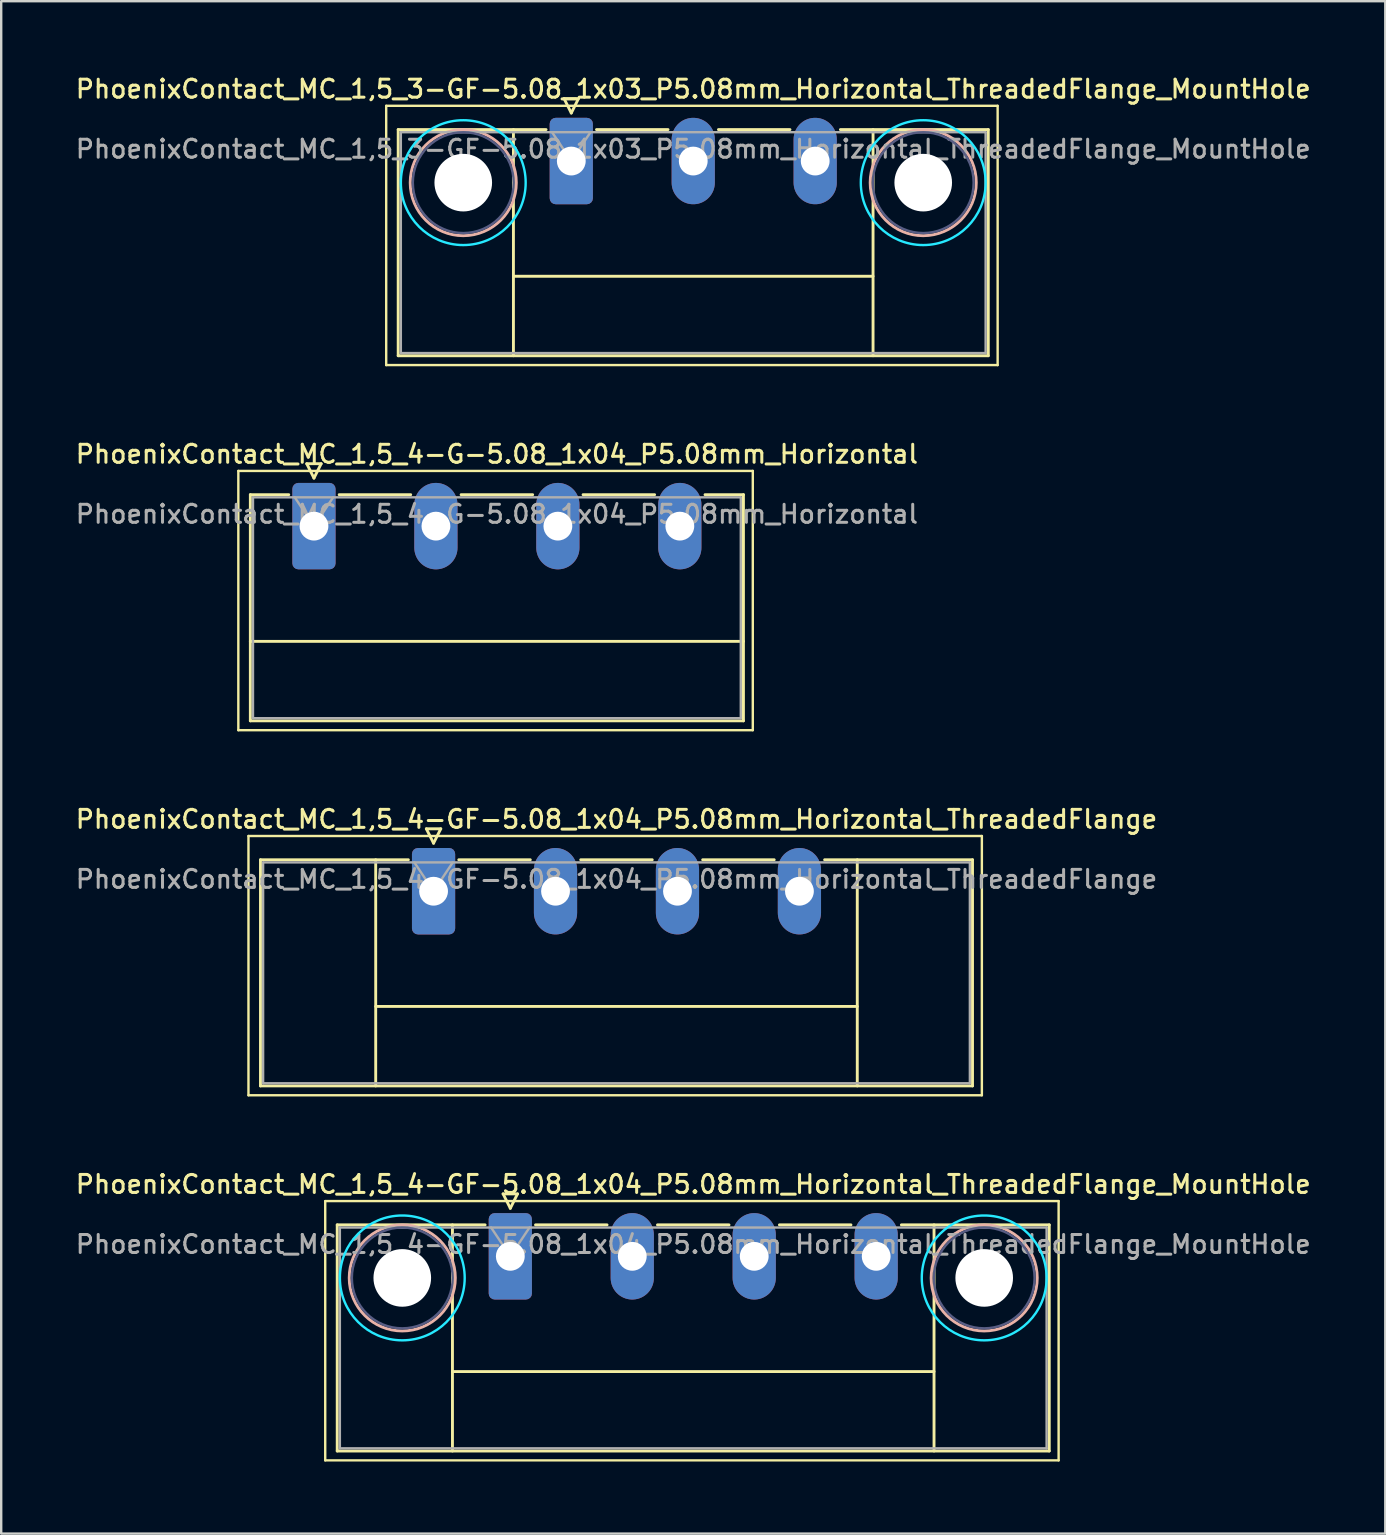
<source format=kicad_pcb>
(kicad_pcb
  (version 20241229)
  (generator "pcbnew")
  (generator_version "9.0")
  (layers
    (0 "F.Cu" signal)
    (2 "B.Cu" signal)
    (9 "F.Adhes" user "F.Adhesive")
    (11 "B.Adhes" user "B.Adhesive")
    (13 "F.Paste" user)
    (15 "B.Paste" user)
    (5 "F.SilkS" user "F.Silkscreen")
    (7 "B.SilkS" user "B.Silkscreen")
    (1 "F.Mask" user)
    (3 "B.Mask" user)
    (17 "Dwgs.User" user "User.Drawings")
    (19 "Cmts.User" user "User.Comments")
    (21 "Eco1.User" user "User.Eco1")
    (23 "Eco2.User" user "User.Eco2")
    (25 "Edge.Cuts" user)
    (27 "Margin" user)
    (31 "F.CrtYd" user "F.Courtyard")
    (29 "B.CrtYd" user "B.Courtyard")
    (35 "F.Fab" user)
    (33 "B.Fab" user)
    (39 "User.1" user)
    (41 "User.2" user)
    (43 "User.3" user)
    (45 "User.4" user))
  (footprint "PhoenixContact_MC_1,5_4-GF-5.08_1x04_P5.08mm_Horizontal_ThreadedFlange_MountHole"
    (layer "F.Cu")
    (at 18.207 49.282)
    (property "Reference" "PhoenixContact_MC_1,5_4-GF-5.08_1x04_P5.08mm_Horizontal_ThreadedFlange_MountHole" (at 7.62 -3 0) (layer "F.SilkS") (effects (font (size 0.75 0.75) (thickness 0.125))))
    (attr through_hole)
    (fp_line (start -7.71 -2.3) (end -7.71 8.5) (stroke (width 0.1) (type solid)) (layer "F.SilkS"))
    (fp_line (start -7.71 8.5) (end 22.84 8.5) (stroke (width 0.1) (type solid)) (layer "F.SilkS"))
    (fp_line (start -7.21 -1.31) (end -7.21 8.11) (stroke (width 0.12) (type solid)) (layer "F.SilkS"))
    (fp_line (start -7.21 -1.31) (end -1.05 -1.31) (stroke (width 0.12) (type solid)) (layer "F.SilkS"))
    (fp_line (start -7.21 8.11) (end 22.45 8.11) (stroke (width 0.12) (type solid)) (layer "F.SilkS"))
    (fp_line (start -2.41 -1.31) (end -2.41 8.11) (stroke (width 0.12) (type solid)) (layer "F.SilkS"))
    (fp_line (start -2.41 4.8) (end 17.65 4.8) (stroke (width 0.12) (type solid)) (layer "F.SilkS"))
    (fp_line (start -0.3 -2.6) (end 0.3 -2.6) (stroke (width 0.12) (type solid)) (layer "F.SilkS"))
    (fp_line (start 0 -2) (end -0.3 -2.6) (stroke (width 0.12) (type solid)) (layer "F.SilkS"))
    (fp_line (start 0.3 -2.6) (end 0 -2) (stroke (width 0.12) (type solid)) (layer "F.SilkS"))
    (fp_line (start 1.05 -1.31) (end 4.03 -1.31) (stroke (width 0.12) (type solid)) (layer "F.SilkS"))
    (fp_line (start 6.13 -1.31) (end 9.11 -1.31) (stroke (width 0.12) (type solid)) (layer "F.SilkS"))
    (fp_line (start 11.21 -1.31) (end 14.19 -1.31) (stroke (width 0.12) (type solid)) (layer "F.SilkS"))
    (fp_line (start 17.65 -1.31) (end 17.65 8.11) (stroke (width 0.12) (type solid)) (layer "F.SilkS"))
    (fp_line (start 22.45 -1.31) (end 16.29 -1.31) (stroke (width 0.12) (type solid)) (layer "F.SilkS"))
    (fp_line (start 22.45 8.11) (end 22.45 -1.31) (stroke (width 0.12) (type solid)) (layer "F.SilkS"))
    (fp_line (start 22.84 -2.3) (end -7.71 -2.3) (stroke (width 0.1) (type solid)) (layer "F.SilkS"))
    (fp_line (start 22.84 8.5) (end 22.84 -2.3) (stroke (width 0.1) (type solid)) (layer "F.SilkS"))
    (fp_circle (center -4.5 0.9) (end -2.29 0.9) (stroke (width 0.12) (type solid)) (fill no) (layer "B.SilkS"))
    (fp_circle (center 19.74 0.9) (end 21.95 0.9) (stroke (width 0.12) (type solid)) (fill no) (layer "B.SilkS"))
    (fp_circle (center -4.5 0.9) (end -1.9 0.9) (stroke (width 0.1) (type solid)) (fill no) (layer "B.CrtYd"))
    (fp_circle (center 19.74 0.9) (end 22.34 0.9) (stroke (width 0.1) (type solid)) (fill no) (layer "B.CrtYd"))
    (fp_circle (center -4.5 0.9) (end -2.4 0.9) (stroke (width 0.1) (type solid)) (fill no) (layer "B.Fab"))
    (fp_circle (center 19.74 0.9) (end 21.84 0.9) (stroke (width 0.1) (type solid)) (fill no) (layer "B.Fab"))
    (fp_line (start -7.1 -1.2) (end -7.1 8) (stroke (width 0.1) (type solid)) (layer "F.Fab"))
    (fp_line (start -7.1 8) (end 22.34 8) (stroke (width 0.1) (type solid)) (layer "F.Fab"))
    (fp_line (start 0 0) (end -0.8 -1.2) (stroke (width 0.1) (type solid)) (layer "F.Fab"))
    (fp_line (start 0.8 -1.2) (end 0 0) (stroke (width 0.1) (type solid)) (layer "F.Fab"))
    (fp_line (start 22.34 -1.2) (end -7.1 -1.2) (stroke (width 0.1) (type solid)) (layer "F.Fab"))
    (fp_line (start 22.34 8) (end 22.34 -1.2) (stroke (width 0.1) (type solid)) (layer "F.Fab"))
    (fp_text user "${REFERENCE}" (at 7.62 -0.5 0) (layer "F.Fab") (effects (font (size 0.75 0.75) (thickness 0.125))))
    (pad "" np_thru_hole circle (at -4.5 0.9) (size 2.4 2.4) (drill 2.4) (layers "*.Cu" "*.Mask"))
    (pad "" np_thru_hole circle (at 19.74 0.9) (size 2.4 2.4) (drill 2.4) (layers "*.Cu" "*.Mask"))
    (pad "1" thru_hole roundrect (at 0 0) (size 1.8 3.6) (drill 1.2) (layers "*.Cu" "*.Mask") (roundrect_rratio 0.139))
    (pad "2" thru_hole oval (at 5.08 0) (size 1.8 3.6) (drill 1.2) (layers "*.Cu" "*.Mask"))
    (pad "3" thru_hole oval (at 10.16 0) (size 1.8 3.6) (drill 1.2) (layers "*.Cu" "*.Mask"))
    (pad "4" thru_hole oval (at 15.24 0) (size 1.8 3.6) (drill 1.2) (layers "*.Cu" "*.Mask")))
  (footprint "PhoenixContact_MC_1,5_4-GF-5.08_1x04_P5.08mm_Horizontal_ThreadedFlange"
    (layer "F.Cu")
    (at 15.01 34.074)
    (property "Reference" "PhoenixContact_MC_1,5_4-GF-5.08_1x04_P5.08mm_Horizontal_ThreadedFlange" (at 7.62 -3 0) (layer "F.SilkS") (effects (font (size 0.75 0.75) (thickness 0.125))))
    (attr through_hole)
    (fp_line (start -7.71 -2.3) (end -7.71 8.5) (stroke (width 0.1) (type solid)) (layer "F.SilkS"))
    (fp_line (start -7.71 8.5) (end 22.84 8.5) (stroke (width 0.1) (type solid)) (layer "F.SilkS"))
    (fp_line (start -7.21 -1.31) (end -7.21 8.11) (stroke (width 0.12) (type solid)) (layer "F.SilkS"))
    (fp_line (start -7.21 -1.31) (end -1.05 -1.31) (stroke (width 0.12) (type solid)) (layer "F.SilkS"))
    (fp_line (start -7.21 8.11) (end 22.45 8.11) (stroke (width 0.12) (type solid)) (layer "F.SilkS"))
    (fp_line (start -2.41 -1.31) (end -2.41 8.11) (stroke (width 0.12) (type solid)) (layer "F.SilkS"))
    (fp_line (start -2.41 4.8) (end 17.65 4.8) (stroke (width 0.12) (type solid)) (layer "F.SilkS"))
    (fp_line (start -0.3 -2.6) (end 0.3 -2.6) (stroke (width 0.12) (type solid)) (layer "F.SilkS"))
    (fp_line (start 0 -2) (end -0.3 -2.6) (stroke (width 0.12) (type solid)) (layer "F.SilkS"))
    (fp_line (start 0.3 -2.6) (end 0 -2) (stroke (width 0.12) (type solid)) (layer "F.SilkS"))
    (fp_line (start 1.05 -1.31) (end 4.03 -1.31) (stroke (width 0.12) (type solid)) (layer "F.SilkS"))
    (fp_line (start 6.13 -1.31) (end 9.11 -1.31) (stroke (width 0.12) (type solid)) (layer "F.SilkS"))
    (fp_line (start 11.21 -1.31) (end 14.19 -1.31) (stroke (width 0.12) (type solid)) (layer "F.SilkS"))
    (fp_line (start 17.65 -1.31) (end 17.65 8.11) (stroke (width 0.12) (type solid)) (layer "F.SilkS"))
    (fp_line (start 22.45 -1.31) (end 16.29 -1.31) (stroke (width 0.12) (type solid)) (layer "F.SilkS"))
    (fp_line (start 22.45 8.11) (end 22.45 -1.31) (stroke (width 0.12) (type solid)) (layer "F.SilkS"))
    (fp_line (start 22.84 -2.3) (end -7.71 -2.3) (stroke (width 0.1) (type solid)) (layer "F.SilkS"))
    (fp_line (start 22.84 8.5) (end 22.84 -2.3) (stroke (width 0.1) (type solid)) (layer "F.SilkS"))
    (fp_line (start -7.1 -1.2) (end -7.1 8) (stroke (width 0.1) (type solid)) (layer "F.Fab"))
    (fp_line (start -7.1 8) (end 22.34 8) (stroke (width 0.1) (type solid)) (layer "F.Fab"))
    (fp_line (start 0 0) (end -0.8 -1.2) (stroke (width 0.1) (type solid)) (layer "F.Fab"))
    (fp_line (start 0.8 -1.2) (end 0 0) (stroke (width 0.1) (type solid)) (layer "F.Fab"))
    (fp_line (start 22.34 -1.2) (end -7.1 -1.2) (stroke (width 0.1) (type solid)) (layer "F.Fab"))
    (fp_line (start 22.34 8) (end 22.34 -1.2) (stroke (width 0.1) (type solid)) (layer "F.Fab"))
    (fp_text user "${REFERENCE}" (at 7.62 -0.5 0) (layer "F.Fab") (effects (font (size 0.75 0.75) (thickness 0.125))))
    (pad "1" thru_hole roundrect (at 0 0) (size 1.8 3.6) (drill 1.2) (layers "*.Cu" "*.Mask") (roundrect_rratio 0.139))
    (pad "2" thru_hole oval (at 5.08 0) (size 1.8 3.6) (drill 1.2) (layers "*.Cu" "*.Mask"))
    (pad "3" thru_hole oval (at 10.16 0) (size 1.8 3.6) (drill 1.2) (layers "*.Cu" "*.Mask"))
    (pad "4" thru_hole oval (at 15.24 0) (size 1.8 3.6) (drill 1.2) (layers "*.Cu" "*.Mask")))
  (footprint "PhoenixContact_MC_1,5_4-G-5.08_1x04_P5.08mm_Horizontal"
    (layer "F.Cu")
    (at 10.028 18.866)
    (property "Reference" "PhoenixContact_MC_1,5_4-G-5.08_1x04_P5.08mm_Horizontal" (at 7.62 -3 0) (layer "F.SilkS") (effects (font (size 0.75 0.75) (thickness 0.125))))
    (attr through_hole)
    (fp_line (start -3.15 -2.3) (end -3.15 8.5) (stroke (width 0.1) (type solid)) (layer "F.SilkS"))
    (fp_line (start -3.15 8.5) (end 18.28 8.5) (stroke (width 0.1) (type solid)) (layer "F.SilkS"))
    (fp_line (start -2.65 -1.31) (end -2.65 8.11) (stroke (width 0.12) (type solid)) (layer "F.SilkS"))
    (fp_line (start -2.65 -1.31) (end -1.05 -1.31) (stroke (width 0.12) (type solid)) (layer "F.SilkS"))
    (fp_line (start -2.65 4.8) (end 17.89 4.8) (stroke (width 0.12) (type solid)) (layer "F.SilkS"))
    (fp_line (start -2.65 8.11) (end 17.89 8.11) (stroke (width 0.12) (type solid)) (layer "F.SilkS"))
    (fp_line (start -0.3 -2.6) (end 0.3 -2.6) (stroke (width 0.12) (type solid)) (layer "F.SilkS"))
    (fp_line (start 0 -2) (end -0.3 -2.6) (stroke (width 0.12) (type solid)) (layer "F.SilkS"))
    (fp_line (start 0.3 -2.6) (end 0 -2) (stroke (width 0.12) (type solid)) (layer "F.SilkS"))
    (fp_line (start 1.05 -1.31) (end 4.03 -1.31) (stroke (width 0.12) (type solid)) (layer "F.SilkS"))
    (fp_line (start 6.13 -1.31) (end 9.11 -1.31) (stroke (width 0.12) (type solid)) (layer "F.SilkS"))
    (fp_line (start 11.21 -1.31) (end 14.19 -1.31) (stroke (width 0.12) (type solid)) (layer "F.SilkS"))
    (fp_line (start 17.89 -1.31) (end 16.29 -1.31) (stroke (width 0.12) (type solid)) (layer "F.SilkS"))
    (fp_line (start 17.89 8.11) (end 17.89 -1.31) (stroke (width 0.12) (type solid)) (layer "F.SilkS"))
    (fp_line (start 18.28 -2.3) (end -3.15 -2.3) (stroke (width 0.1) (type solid)) (layer "F.SilkS"))
    (fp_line (start 18.28 8.5) (end 18.28 -2.3) (stroke (width 0.1) (type solid)) (layer "F.SilkS"))
    (fp_line (start -2.54 -1.2) (end -2.54 8) (stroke (width 0.1) (type solid)) (layer "F.Fab"))
    (fp_line (start -2.54 8) (end 17.78 8) (stroke (width 0.1) (type solid)) (layer "F.Fab"))
    (fp_line (start 0 0) (end -0.8 -1.2) (stroke (width 0.1) (type solid)) (layer "F.Fab"))
    (fp_line (start 0.8 -1.2) (end 0 0) (stroke (width 0.1) (type solid)) (layer "F.Fab"))
    (fp_line (start 17.78 -1.2) (end -2.54 -1.2) (stroke (width 0.1) (type solid)) (layer "F.Fab"))
    (fp_line (start 17.78 8) (end 17.78 -1.2) (stroke (width 0.1) (type solid)) (layer "F.Fab"))
    (fp_text user "${REFERENCE}" (at 7.62 -0.5 0) (layer "F.Fab") (effects (font (size 0.75 0.75) (thickness 0.125))))
    (pad "1" thru_hole roundrect (at 0 0) (size 1.8 3.6) (drill 1.2) (layers "*.Cu" "*.Mask") (roundrect_rratio 0.139))
    (pad "2" thru_hole oval (at 5.08 0) (size 1.8 3.6) (drill 1.2) (layers "*.Cu" "*.Mask"))
    (pad "3" thru_hole oval (at 10.16 0) (size 1.8 3.6) (drill 1.2) (layers "*.Cu" "*.Mask"))
    (pad "4" thru_hole oval (at 15.24 0) (size 1.8 3.6) (drill 1.2) (layers "*.Cu" "*.Mask")))
  (footprint "PhoenixContact_MC_1,5_3-GF-5.08_1x03_P5.08mm_Horizontal_ThreadedFlange_MountHole"
    (layer "F.Cu")
    (at 20.747 3.658)
    (property "Reference" "PhoenixContact_MC_1,5_3-GF-5.08_1x03_P5.08mm_Horizontal_ThreadedFlange_MountHole" (at 5.08 -3 0) (layer "F.SilkS") (effects (font (size 0.75 0.75) (thickness 0.125))))
    (attr through_hole)
    (fp_line (start -7.71 -2.3) (end -7.71 8.5) (stroke (width 0.1) (type solid)) (layer "F.SilkS"))
    (fp_line (start -7.71 8.5) (end 17.76 8.5) (stroke (width 0.1) (type solid)) (layer "F.SilkS"))
    (fp_line (start -7.21 -1.31) (end -7.21 8.11) (stroke (width 0.12) (type solid)) (layer "F.SilkS"))
    (fp_line (start -7.21 -1.31) (end -1.05 -1.31) (stroke (width 0.12) (type solid)) (layer "F.SilkS"))
    (fp_line (start -7.21 8.11) (end 17.37 8.11) (stroke (width 0.12) (type solid)) (layer "F.SilkS"))
    (fp_line (start -2.41 -1.31) (end -2.41 8.11) (stroke (width 0.12) (type solid)) (layer "F.SilkS"))
    (fp_line (start -2.41 4.8) (end 12.57 4.8) (stroke (width 0.12) (type solid)) (layer "F.SilkS"))
    (fp_line (start -0.3 -2.6) (end 0.3 -2.6) (stroke (width 0.12) (type solid)) (layer "F.SilkS"))
    (fp_line (start 0 -2) (end -0.3 -2.6) (stroke (width 0.12) (type solid)) (layer "F.SilkS"))
    (fp_line (start 0.3 -2.6) (end 0 -2) (stroke (width 0.12) (type solid)) (layer "F.SilkS"))
    (fp_line (start 1.05 -1.31) (end 4.03 -1.31) (stroke (width 0.12) (type solid)) (layer "F.SilkS"))
    (fp_line (start 6.13 -1.31) (end 9.11 -1.31) (stroke (width 0.12) (type solid)) (layer "F.SilkS"))
    (fp_line (start 12.57 -1.31) (end 12.57 8.11) (stroke (width 0.12) (type solid)) (layer "F.SilkS"))
    (fp_line (start 17.37 -1.31) (end 11.21 -1.31) (stroke (width 0.12) (type solid)) (layer "F.SilkS"))
    (fp_line (start 17.37 8.11) (end 17.37 -1.31) (stroke (width 0.12) (type solid)) (layer "F.SilkS"))
    (fp_line (start 17.76 -2.3) (end -7.71 -2.3) (stroke (width 0.1) (type solid)) (layer "F.SilkS"))
    (fp_line (start 17.76 8.5) (end 17.76 -2.3) (stroke (width 0.1) (type solid)) (layer "F.SilkS"))
    (fp_circle (center -4.5 0.9) (end -2.29 0.9) (stroke (width 0.12) (type solid)) (fill no) (layer "B.SilkS"))
    (fp_circle (center 14.66 0.9) (end 16.87 0.9) (stroke (width 0.12) (type solid)) (fill no) (layer "B.SilkS"))
    (fp_circle (center -4.5 0.9) (end -1.9 0.9) (stroke (width 0.1) (type solid)) (fill no) (layer "B.CrtYd"))
    (fp_circle (center 14.66 0.9) (end 17.26 0.9) (stroke (width 0.1) (type solid)) (fill no) (layer "B.CrtYd"))
    (fp_circle (center -4.5 0.9) (end -2.4 0.9) (stroke (width 0.1) (type solid)) (fill no) (layer "B.Fab"))
    (fp_circle (center 14.66 0.9) (end 16.76 0.9) (stroke (width 0.1) (type solid)) (fill no) (layer "B.Fab"))
    (fp_line (start -7.1 -1.2) (end -7.1 8) (stroke (width 0.1) (type solid)) (layer "F.Fab"))
    (fp_line (start -7.1 8) (end 17.26 8) (stroke (width 0.1) (type solid)) (layer "F.Fab"))
    (fp_line (start 0 0) (end -0.8 -1.2) (stroke (width 0.1) (type solid)) (layer "F.Fab"))
    (fp_line (start 0.8 -1.2) (end 0 0) (stroke (width 0.1) (type solid)) (layer "F.Fab"))
    (fp_line (start 17.26 -1.2) (end -7.1 -1.2) (stroke (width 0.1) (type solid)) (layer "F.Fab"))
    (fp_line (start 17.26 8) (end 17.26 -1.2) (stroke (width 0.1) (type solid)) (layer "F.Fab"))
    (fp_text user "${REFERENCE}" (at 5.08 -0.5 0) (layer "F.Fab") (effects (font (size 0.75 0.75) (thickness 0.125))))
    (pad "" np_thru_hole circle (at -4.5 0.9) (size 2.4 2.4) (drill 2.4) (layers "*.Cu" "*.Mask"))
    (pad "" np_thru_hole circle (at 14.66 0.9) (size 2.4 2.4) (drill 2.4) (layers "*.Cu" "*.Mask"))
    (pad "1" thru_hole roundrect (at 0 0) (size 1.8 3.6) (drill 1.2) (layers "*.Cu" "*.Mask") (roundrect_rratio 0.139))
    (pad "2" thru_hole oval (at 5.08 0) (size 1.8 3.6) (drill 1.2) (layers "*.Cu" "*.Mask"))
    (pad "3" thru_hole oval (at 10.16 0) (size 1.8 3.6) (drill 1.2) (layers "*.Cu" "*.Mask")))
  (gr_rect
    (start -3 -3)
    (end 54.654 60.833)
    (stroke (width 0.1) (type default))
    (fill no)
    (layer "Edge.Cuts")))
</source>
